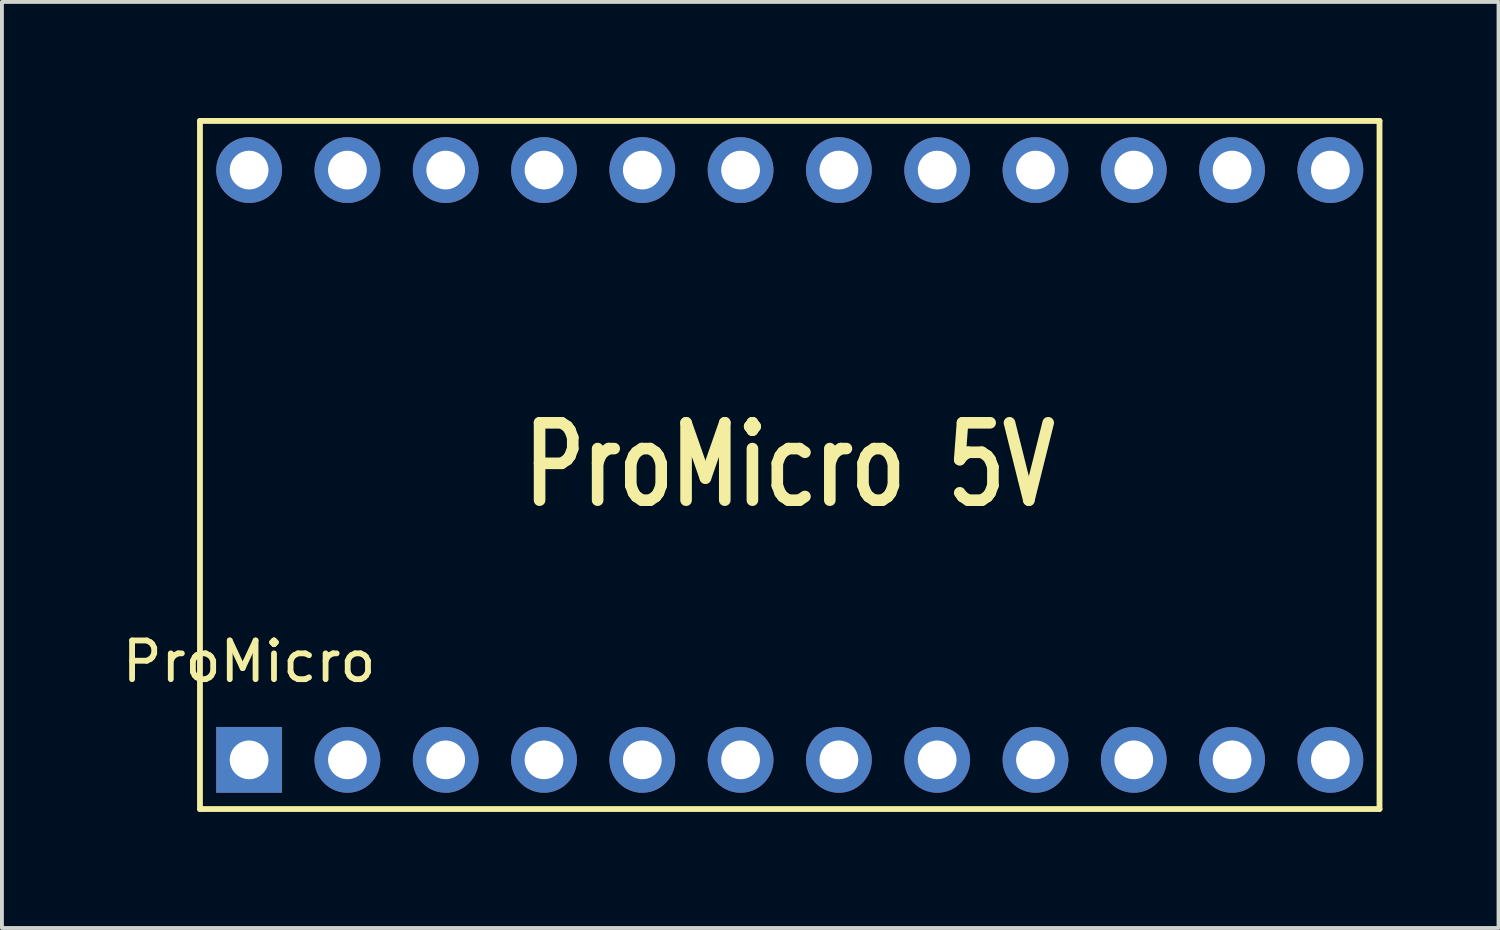
<source format=kicad_pcb>
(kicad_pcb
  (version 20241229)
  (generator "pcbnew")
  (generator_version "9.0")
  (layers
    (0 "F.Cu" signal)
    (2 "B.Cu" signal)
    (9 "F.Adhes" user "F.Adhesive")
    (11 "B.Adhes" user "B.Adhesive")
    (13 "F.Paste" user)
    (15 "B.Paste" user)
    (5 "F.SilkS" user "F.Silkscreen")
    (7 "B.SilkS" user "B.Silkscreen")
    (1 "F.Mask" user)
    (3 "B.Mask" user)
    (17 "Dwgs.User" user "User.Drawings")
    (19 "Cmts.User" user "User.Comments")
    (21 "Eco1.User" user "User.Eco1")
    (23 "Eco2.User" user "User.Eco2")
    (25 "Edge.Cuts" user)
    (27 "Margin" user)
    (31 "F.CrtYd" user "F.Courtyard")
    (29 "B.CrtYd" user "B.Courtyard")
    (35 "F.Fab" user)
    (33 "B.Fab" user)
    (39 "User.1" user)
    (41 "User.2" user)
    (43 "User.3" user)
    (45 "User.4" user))
  (footprint "ProMicro"
    (layer "F.Cu")
    (at 17.357 8.965)
    (property "Reference" "ProMicro" (at -13.97 5.08 0) (layer "F.SilkS") (effects (font (size 1 1) (thickness 0.15))))
    (attr through_hole)
    (fp_line (start -15.24 -8.89) (end 15.24 -8.89) (stroke (width 0.15) (type solid)) (layer "F.SilkS"))
    (fp_line (start -15.24 8.89) (end -15.24 -8.89) (stroke (width 0.15) (type solid)) (layer "F.SilkS"))
    (fp_line (start 15.24 -8.89) (end 15.24 8.89) (stroke (width 0.15) (type solid)) (layer "F.SilkS"))
    (fp_line (start 15.24 8.89) (end -15.24 8.89) (stroke (width 0.15) (type solid)) (layer "F.SilkS"))
    (fp_text user "ProMicro 5V" (at 0 0 0) (layer "F.SilkS") (effects (font (size 2 1.5) (thickness 0.3))))
    (pad "1" thru_hole rect (at -13.97 7.62) (size 1.7 1.7) (drill 1) (layers "*.Cu" "*.Mask"))
    (pad "2" thru_hole circle (at -11.43 7.62) (size 1.7 1.7) (drill 1) (layers "*.Cu" "*.Mask"))
    (pad "3" thru_hole circle (at -8.89 7.62) (size 1.7 1.7) (drill 1) (layers "*.Cu" "*.Mask"))
    (pad "4" thru_hole circle (at -6.35 7.62) (size 1.7 1.7) (drill 1) (layers "*.Cu" "*.Mask"))
    (pad "5" thru_hole circle (at -3.81 7.62) (size 1.7 1.7) (drill 1) (layers "*.Cu" "*.Mask"))
    (pad "6" thru_hole circle (at -1.27 7.62) (size 1.7 1.7) (drill 1) (layers "*.Cu" "*.Mask"))
    (pad "7" thru_hole circle (at 1.27 7.62) (size 1.7 1.7) (drill 1) (layers "*.Cu" "*.Mask"))
    (pad "8" thru_hole circle (at 3.81 7.62) (size 1.7 1.7) (drill 1) (layers "*.Cu" "*.Mask"))
    (pad "9" thru_hole circle (at 6.35 7.62) (size 1.7 1.7) (drill 1) (layers "*.Cu" "*.Mask"))
    (pad "10" thru_hole circle (at 8.89 7.62) (size 1.7 1.7) (drill 1) (layers "*.Cu" "*.Mask"))
    (pad "11" thru_hole circle (at 11.43 7.62) (size 1.7 1.7) (drill 1) (layers "*.Cu" "*.Mask"))
    (pad "12" thru_hole circle (at 13.97 7.62) (size 1.7 1.7) (drill 1) (layers "*.Cu" "*.Mask"))
    (pad "13" thru_hole circle (at 13.97 -7.62) (size 1.7 1.7) (drill 1) (layers "*.Cu" "*.Mask"))
    (pad "14" thru_hole circle (at 11.43 -7.62) (size 1.7 1.7) (drill 1) (layers "*.Cu" "*.Mask"))
    (pad "15" thru_hole circle (at 8.89 -7.62) (size 1.7 1.7) (drill 1) (layers "*.Cu" "*.Mask"))
    (pad "16" thru_hole circle (at 6.35 -7.62) (size 1.7 1.7) (drill 1) (layers "*.Cu" "*.Mask"))
    (pad "17" thru_hole circle (at 3.81 -7.62) (size 1.7 1.7) (drill 1) (layers "*.Cu" "*.Mask"))
    (pad "18" thru_hole circle (at 1.27 -7.62) (size 1.7 1.7) (drill 1) (layers "*.Cu" "*.Mask"))
    (pad "19" thru_hole circle (at -1.27 -7.62) (size 1.7 1.7) (drill 1) (layers "*.Cu" "*.Mask"))
    (pad "20" thru_hole circle (at -3.81 -7.62) (size 1.7 1.7) (drill 1) (layers "*.Cu" "*.Mask"))
    (pad "21" thru_hole circle (at -6.35 -7.62) (size 1.7 1.7) (drill 1) (layers "*.Cu" "*.Mask"))
    (pad "22" thru_hole circle (at -8.89 -7.62) (size 1.7 1.7) (drill 1) (layers "*.Cu" "*.Mask"))
    (pad "23" thru_hole circle (at -11.43 -7.62) (size 1.7 1.7) (drill 1) (layers "*.Cu" "*.Mask"))
    (pad "24" thru_hole circle (at -13.97 -7.62) (size 1.7 1.7) (drill 1) (layers "*.Cu" "*.Mask")))
  (gr_rect
    (start -3 -3)
    (end 35.672 20.93)
    (stroke (width 0.1) (type default))
    (fill no)
    (layer "Edge.Cuts")))
</source>
